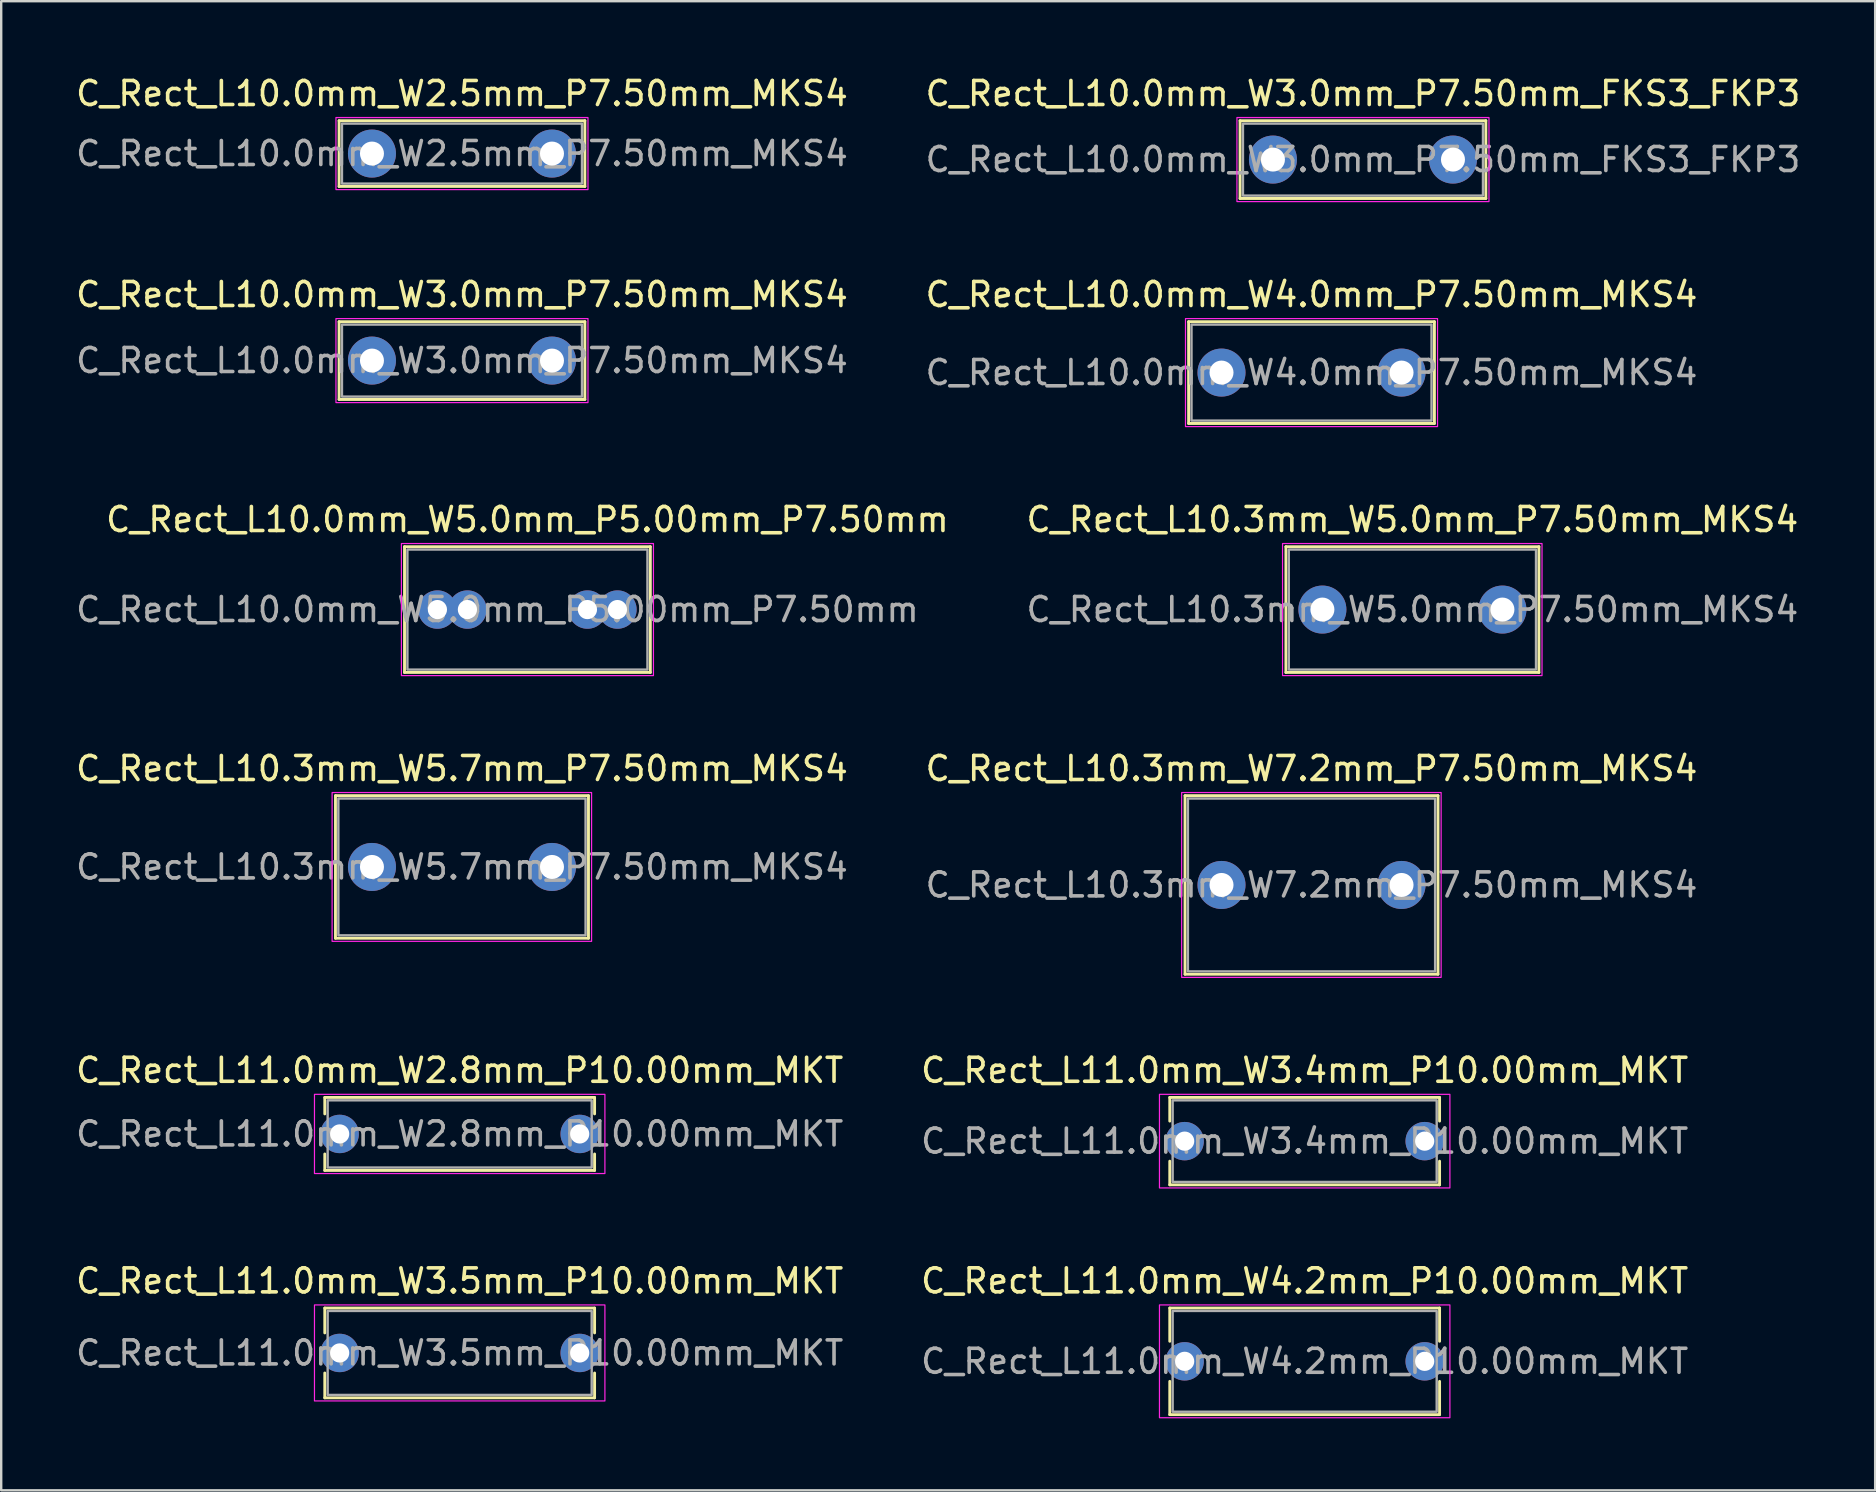
<source format=kicad_pcb>
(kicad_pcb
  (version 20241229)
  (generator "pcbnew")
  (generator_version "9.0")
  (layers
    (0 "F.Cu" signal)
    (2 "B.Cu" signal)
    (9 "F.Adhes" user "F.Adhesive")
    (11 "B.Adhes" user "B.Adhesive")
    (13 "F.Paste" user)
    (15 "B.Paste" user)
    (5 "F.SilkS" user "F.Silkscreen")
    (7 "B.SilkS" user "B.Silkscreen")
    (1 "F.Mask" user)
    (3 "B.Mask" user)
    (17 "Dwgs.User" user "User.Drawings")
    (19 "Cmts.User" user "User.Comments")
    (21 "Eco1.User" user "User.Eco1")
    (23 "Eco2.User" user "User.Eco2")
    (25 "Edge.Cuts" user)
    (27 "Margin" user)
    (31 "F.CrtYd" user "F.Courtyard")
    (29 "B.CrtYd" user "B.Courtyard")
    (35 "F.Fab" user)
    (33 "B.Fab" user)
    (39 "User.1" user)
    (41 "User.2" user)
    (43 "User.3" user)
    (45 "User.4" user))
  (footprint "C_Rect_L11.0mm_W3.4mm_P10.00mm_MKT"
    (layer "F.Cu")
    (at 46.304 44.491)
    (property "Reference" "C_Rect_L11.0mm_W3.4mm_P10.00mm_MKT" (at 5 -2.95 0) (layer "F.SilkS") (effects (font (size 1 1) (thickness 0.15))))
    (attr through_hole)
    (fp_line (start -0.62 -1.82) (end -0.62 -0.835) (stroke (width 0.12) (type solid)) (layer "F.SilkS"))
    (fp_line (start -0.62 -1.82) (end 10.62 -1.82) (stroke (width 0.12) (type solid)) (layer "F.SilkS"))
    (fp_line (start -0.62 0.835) (end -0.62 1.82) (stroke (width 0.12) (type solid)) (layer "F.SilkS"))
    (fp_line (start -0.62 1.82) (end 10.62 1.82) (stroke (width 0.12) (type solid)) (layer "F.SilkS"))
    (fp_line (start 10.62 -1.82) (end 10.62 -0.835) (stroke (width 0.12) (type solid)) (layer "F.SilkS"))
    (fp_line (start 10.62 0.835) (end 10.62 1.82) (stroke (width 0.12) (type solid)) (layer "F.SilkS"))
    (fp_rect (start -1.05 -1.95) (end 11.05 1.95) (stroke (width 0.05) (type solid)) (fill no) (layer "F.CrtYd"))
    (fp_rect (start -0.5 -1.7) (end 10.5 1.7) (stroke (width 0.1) (type solid)) (fill no) (layer "F.Fab"))
    (fp_text user "${REFERENCE}" (at 5 0 0) (layer "F.Fab") (effects (font (size 1 1) (thickness 0.15))))
    (pad "1" thru_hole circle (at 0 0) (size 1.6 1.6) (drill 0.8) (layers "*.Cu" "*.Mask"))
    (pad "2" thru_hole circle (at 10 0) (size 1.6 1.6) (drill 0.8) (layers "*.Cu" "*.Mask")))
  (footprint "C_Rect_L10.3mm_W5.0mm_P7.50mm_MKS4"
    (layer "F.Cu")
    (at 52.042 22.345)
    (property "Reference" "C_Rect_L10.3mm_W5.0mm_P7.50mm_MKS4" (at 3.75 -3.75 0) (layer "F.SilkS") (effects (font (size 1 1) (thickness 0.15))))
    (attr through_hole)
    (fp_line (start -1.52 -2.62) (end -1.52 2.62) (stroke (width 0.12) (type solid)) (layer "F.SilkS"))
    (fp_line (start -1.52 -2.62) (end 9.02 -2.62) (stroke (width 0.12) (type solid)) (layer "F.SilkS"))
    (fp_line (start -1.52 2.62) (end 9.02 2.62) (stroke (width 0.12) (type solid)) (layer "F.SilkS"))
    (fp_line (start 9.02 -2.62) (end 9.02 2.62) (stroke (width 0.12) (type solid)) (layer "F.SilkS"))
    (fp_rect (start -1.66 -2.75) (end 9.15 2.75) (stroke (width 0.05) (type solid)) (fill no) (layer "F.CrtYd"))
    (fp_rect (start -1.4 -2.5) (end 8.9 2.5) (stroke (width 0.1) (type solid)) (fill no) (layer "F.Fab"))
    (fp_text user "${REFERENCE}" (at 3.75 0 0) (layer "F.Fab") (effects (font (size 1 1) (thickness 0.15))))
    (pad "1" thru_hole circle (at 0 0) (size 2 2) (drill 1) (layers "*.Cu" "*.Mask"))
    (pad "2" thru_hole circle (at 7.5 0) (size 2 2) (drill 1) (layers "*.Cu" "*.Mask")))
  (footprint "C_Rect_L10.0mm_W3.0mm_P7.50mm_FKS3_FKP3"
    (layer "F.Cu")
    (at 49.982 3.598)
    (property "Reference" "C_Rect_L10.0mm_W3.0mm_P7.50mm_FKS3_FKP3" (at 3.75 -2.75 0) (layer "F.SilkS") (effects (font (size 1 1) (thickness 0.15))))
    (attr through_hole)
    (fp_line (start -1.37 -1.62) (end -1.37 1.62) (stroke (width 0.12) (type solid)) (layer "F.SilkS"))
    (fp_line (start -1.37 -1.62) (end 8.87 -1.62) (stroke (width 0.12) (type solid)) (layer "F.SilkS"))
    (fp_line (start -1.37 1.62) (end 8.87 1.62) (stroke (width 0.12) (type solid)) (layer "F.SilkS"))
    (fp_line (start 8.87 -1.62) (end 8.87 1.62) (stroke (width 0.12) (type solid)) (layer "F.SilkS"))
    (fp_rect (start -1.5 -1.75) (end 9 1.75) (stroke (width 0.05) (type solid)) (fill no) (layer "F.CrtYd"))
    (fp_rect (start -1.25 -1.5) (end 8.75 1.5) (stroke (width 0.1) (type solid)) (fill no) (layer "F.Fab"))
    (fp_text user "${REFERENCE}" (at 3.75 0 0) (layer "F.Fab") (effects (font (size 1 1) (thickness 0.15))))
    (pad "1" thru_hole circle (at 0 0) (size 2 2) (drill 1) (layers "*.Cu" "*.Mask"))
    (pad "2" thru_hole circle (at 7.5 0) (size 2 2) (drill 1) (layers "*.Cu" "*.Mask")))
  (footprint "C_Rect_L10.0mm_W5.0mm_P5.00mm_P7.50mm"
    (layer "F.Cu")
    (at 15.173 22.345)
    (property "Reference" "C_Rect_L10.0mm_W5.0mm_P5.00mm_P7.50mm" (at 3.75 -3.75 0) (layer "F.SilkS") (effects (font (size 1 1) (thickness 0.15))))
    (attr through_hole)
    (fp_line (start -1.37 -2.62) (end -1.37 2.62) (stroke (width 0.12) (type solid)) (layer "F.SilkS"))
    (fp_line (start -1.37 -2.62) (end 8.87 -2.62) (stroke (width 0.12) (type solid)) (layer "F.SilkS"))
    (fp_line (start -1.37 2.62) (end 8.87 2.62) (stroke (width 0.12) (type solid)) (layer "F.SilkS"))
    (fp_line (start 8.87 -2.62) (end 8.87 2.62) (stroke (width 0.12) (type solid)) (layer "F.SilkS"))
    (fp_rect (start -1.5 -2.75) (end 9 2.75) (stroke (width 0.05) (type solid)) (fill no) (layer "F.CrtYd"))
    (fp_rect (start -1.25 -2.5) (end 8.75 2.5) (stroke (width 0.1) (type solid)) (fill no) (layer "F.Fab"))
    (fp_text user "${REFERENCE}" (at 2.5 0 0) (layer "F.Fab") (effects (font (size 1 1) (thickness 0.15))))
    (pad "1" thru_hole circle (at 0 0) (size 1.6 1.6) (drill 0.8) (layers "*.Cu" "*.Mask"))
    (pad "1" thru_hole circle (at 1.25 0) (size 1.6 1.6) (drill 0.8) (layers "*.Cu" "*.Mask"))
    (pad "2" thru_hole circle (at 6.25 0) (size 1.6 1.6) (drill 0.8) (layers "*.Cu" "*.Mask"))
    (pad "2" thru_hole circle (at 7.5 0) (size 1.6 1.6) (drill 0.8) (layers "*.Cu" "*.Mask")))
  (footprint "C_Rect_L10.0mm_W4.0mm_P7.50mm_MKS4"
    (layer "F.Cu")
    (at 47.839 12.472)
    (property "Reference" "C_Rect_L10.0mm_W4.0mm_P7.50mm_MKS4" (at 3.75 -3.25 0) (layer "F.SilkS") (effects (font (size 1 1) (thickness 0.15))))
    (attr through_hole)
    (fp_line (start -1.37 -2.12) (end -1.37 2.12) (stroke (width 0.12) (type solid)) (layer "F.SilkS"))
    (fp_line (start -1.37 -2.12) (end 8.87 -2.12) (stroke (width 0.12) (type solid)) (layer "F.SilkS"))
    (fp_line (start -1.37 2.12) (end 8.87 2.12) (stroke (width 0.12) (type solid)) (layer "F.SilkS"))
    (fp_line (start 8.87 -2.12) (end 8.87 2.12) (stroke (width 0.12) (type solid)) (layer "F.SilkS"))
    (fp_rect (start -1.5 -2.25) (end 9 2.25) (stroke (width 0.05) (type solid)) (fill no) (layer "F.CrtYd"))
    (fp_rect (start -1.25 -2) (end 8.75 2) (stroke (width 0.1) (type solid)) (fill no) (layer "F.Fab"))
    (fp_text user "${REFERENCE}" (at 3.75 0 0) (layer "F.Fab") (effects (font (size 1 1) (thickness 0.15))))
    (pad "1" thru_hole circle (at 0 0) (size 2 2) (drill 1) (layers "*.Cu" "*.Mask"))
    (pad "2" thru_hole circle (at 7.5 0) (size 2 2) (drill 1) (layers "*.Cu" "*.Mask")))
  (footprint "C_Rect_L11.0mm_W4.2mm_P10.00mm_MKT"
    (layer "F.Cu")
    (at 46.304 53.664)
    (property "Reference" "C_Rect_L11.0mm_W4.2mm_P10.00mm_MKT" (at 5 -3.35 0) (layer "F.SilkS") (effects (font (size 1 1) (thickness 0.15))))
    (attr through_hole)
    (fp_line (start -0.62 -2.22) (end -0.62 -0.835) (stroke (width 0.12) (type solid)) (layer "F.SilkS"))
    (fp_line (start -0.62 -2.22) (end 10.62 -2.22) (stroke (width 0.12) (type solid)) (layer "F.SilkS"))
    (fp_line (start -0.62 0.835) (end -0.62 2.22) (stroke (width 0.12) (type solid)) (layer "F.SilkS"))
    (fp_line (start -0.62 2.22) (end 10.62 2.22) (stroke (width 0.12) (type solid)) (layer "F.SilkS"))
    (fp_line (start 10.62 -2.22) (end 10.62 -0.835) (stroke (width 0.12) (type solid)) (layer "F.SilkS"))
    (fp_line (start 10.62 0.835) (end 10.62 2.22) (stroke (width 0.12) (type solid)) (layer "F.SilkS"))
    (fp_rect (start -1.05 -2.35) (end 11.05 2.35) (stroke (width 0.05) (type solid)) (fill no) (layer "F.CrtYd"))
    (fp_rect (start -0.5 -2.1) (end 10.5 2.1) (stroke (width 0.1) (type solid)) (fill no) (layer "F.Fab"))
    (fp_text user "${REFERENCE}" (at 5 0 0) (layer "F.Fab") (effects (font (size 1 1) (thickness 0.15))))
    (pad "1" thru_hole circle (at 0 0) (size 1.6 1.6) (drill 0.8) (layers "*.Cu" "*.Mask"))
    (pad "2" thru_hole circle (at 10 0) (size 1.6 1.6) (drill 0.8) (layers "*.Cu" "*.Mask")))
  (footprint "C_Rect_L10.3mm_W5.7mm_P7.50mm_MKS4"
    (layer "F.Cu")
    (at 12.446 33.068)
    (property "Reference" "C_Rect_L10.3mm_W5.7mm_P7.50mm_MKS4" (at 3.75 -4.1 0) (layer "F.SilkS") (effects (font (size 1 1) (thickness 0.15))))
    (attr through_hole)
    (fp_line (start -1.52 -2.97) (end -1.52 2.97) (stroke (width 0.12) (type solid)) (layer "F.SilkS"))
    (fp_line (start -1.52 -2.97) (end 9.02 -2.97) (stroke (width 0.12) (type solid)) (layer "F.SilkS"))
    (fp_line (start -1.52 2.97) (end 9.02 2.97) (stroke (width 0.12) (type solid)) (layer "F.SilkS"))
    (fp_line (start 9.02 -2.97) (end 9.02 2.97) (stroke (width 0.12) (type solid)) (layer "F.SilkS"))
    (fp_rect (start -1.66 -3.1) (end 9.15 3.1) (stroke (width 0.05) (type solid)) (fill no) (layer "F.CrtYd"))
    (fp_rect (start -1.4 -2.85) (end 8.9 2.85) (stroke (width 0.1) (type solid)) (fill no) (layer "F.Fab"))
    (fp_text user "${REFERENCE}" (at 3.75 0 0) (layer "F.Fab") (effects (font (size 1 1) (thickness 0.15))))
    (pad "1" thru_hole circle (at 0 0) (size 2 2) (drill 1) (layers "*.Cu" "*.Mask"))
    (pad "2" thru_hole circle (at 7.5 0) (size 2 2) (drill 1) (layers "*.Cu" "*.Mask")))
  (footprint "C_Rect_L10.3mm_W7.2mm_P7.50mm_MKS4"
    (layer "F.Cu")
    (at 47.839 33.818)
    (property "Reference" "C_Rect_L10.3mm_W7.2mm_P7.50mm_MKS4" (at 3.75 -4.85 0) (layer "F.SilkS") (effects (font (size 1 1) (thickness 0.15))))
    (attr through_hole)
    (fp_line (start -1.52 -3.72) (end -1.52 3.72) (stroke (width 0.12) (type solid)) (layer "F.SilkS"))
    (fp_line (start -1.52 -3.72) (end 9.02 -3.72) (stroke (width 0.12) (type solid)) (layer "F.SilkS"))
    (fp_line (start -1.52 3.72) (end 9.02 3.72) (stroke (width 0.12) (type solid)) (layer "F.SilkS"))
    (fp_line (start 9.02 -3.72) (end 9.02 3.72) (stroke (width 0.12) (type solid)) (layer "F.SilkS"))
    (fp_rect (start -1.66 -3.85) (end 9.15 3.85) (stroke (width 0.05) (type solid)) (fill no) (layer "F.CrtYd"))
    (fp_rect (start -1.4 -3.6) (end 8.9 3.6) (stroke (width 0.1) (type solid)) (fill no) (layer "F.Fab"))
    (fp_text user "${REFERENCE}" (at 3.75 0 0) (layer "F.Fab") (effects (font (size 1 1) (thickness 0.15))))
    (pad "1" thru_hole circle (at 0 0) (size 2 2) (drill 1) (layers "*.Cu" "*.Mask"))
    (pad "2" thru_hole circle (at 7.5 0) (size 2 2) (drill 1) (layers "*.Cu" "*.Mask")))
  (footprint "C_Rect_L11.0mm_W3.5mm_P10.00mm_MKT"
    (layer "F.Cu")
    (at 11.101 53.315)
    (property "Reference" "C_Rect_L11.0mm_W3.5mm_P10.00mm_MKT" (at 5 -3 0) (layer "F.SilkS") (effects (font (size 1 1) (thickness 0.15))))
    (attr through_hole)
    (fp_line (start -0.62 -1.87) (end -0.62 -0.835) (stroke (width 0.12) (type solid)) (layer "F.SilkS"))
    (fp_line (start -0.62 -1.87) (end 10.62 -1.87) (stroke (width 0.12) (type solid)) (layer "F.SilkS"))
    (fp_line (start -0.62 0.835) (end -0.62 1.87) (stroke (width 0.12) (type solid)) (layer "F.SilkS"))
    (fp_line (start -0.62 1.87) (end 10.62 1.87) (stroke (width 0.12) (type solid)) (layer "F.SilkS"))
    (fp_line (start 10.62 -1.87) (end 10.62 -0.835) (stroke (width 0.12) (type solid)) (layer "F.SilkS"))
    (fp_line (start 10.62 0.835) (end 10.62 1.87) (stroke (width 0.12) (type solid)) (layer "F.SilkS"))
    (fp_rect (start -1.05 -2) (end 11.05 2) (stroke (width 0.05) (type solid)) (fill no) (layer "F.CrtYd"))
    (fp_rect (start -0.5 -1.75) (end 10.5 1.75) (stroke (width 0.1) (type solid)) (fill no) (layer "F.Fab"))
    (fp_text user "${REFERENCE}" (at 5 0 0) (layer "F.Fab") (effects (font (size 1 1) (thickness 0.15))))
    (pad "1" thru_hole circle (at 0 0) (size 1.6 1.6) (drill 0.8) (layers "*.Cu" "*.Mask"))
    (pad "2" thru_hole circle (at 10 0) (size 1.6 1.6) (drill 0.8) (layers "*.Cu" "*.Mask")))
  (footprint "C_Rect_L10.0mm_W3.0mm_P7.50mm_MKS4"
    (layer "F.Cu")
    (at 12.446 11.972)
    (property "Reference" "C_Rect_L10.0mm_W3.0mm_P7.50mm_MKS4" (at 3.75 -2.75 0) (layer "F.SilkS") (effects (font (size 1 1) (thickness 0.15))))
    (attr through_hole)
    (fp_line (start -1.37 -1.62) (end -1.37 1.62) (stroke (width 0.12) (type solid)) (layer "F.SilkS"))
    (fp_line (start -1.37 -1.62) (end 8.87 -1.62) (stroke (width 0.12) (type solid)) (layer "F.SilkS"))
    (fp_line (start -1.37 1.62) (end 8.87 1.62) (stroke (width 0.12) (type solid)) (layer "F.SilkS"))
    (fp_line (start 8.87 -1.62) (end 8.87 1.62) (stroke (width 0.12) (type solid)) (layer "F.SilkS"))
    (fp_rect (start -1.5 -1.75) (end 9 1.75) (stroke (width 0.05) (type solid)) (fill no) (layer "F.CrtYd"))
    (fp_rect (start -1.25 -1.5) (end 8.75 1.5) (stroke (width 0.1) (type solid)) (fill no) (layer "F.Fab"))
    (fp_text user "${REFERENCE}" (at 3.75 0 0) (layer "F.Fab") (effects (font (size 1 1) (thickness 0.15))))
    (pad "1" thru_hole circle (at 0 0) (size 2 2) (drill 1) (layers "*.Cu" "*.Mask"))
    (pad "2" thru_hole circle (at 7.5 0) (size 2 2) (drill 1) (layers "*.Cu" "*.Mask")))
  (footprint "C_Rect_L11.0mm_W2.8mm_P10.00mm_MKT"
    (layer "F.Cu")
    (at 11.101 44.191)
    (property "Reference" "C_Rect_L11.0mm_W2.8mm_P10.00mm_MKT" (at 5 -2.65 0) (layer "F.SilkS") (effects (font (size 1 1) (thickness 0.15))))
    (attr through_hole)
    (fp_line (start -0.62 -1.52) (end -0.62 -0.835) (stroke (width 0.12) (type solid)) (layer "F.SilkS"))
    (fp_line (start -0.62 -1.52) (end 10.62 -1.52) (stroke (width 0.12) (type solid)) (layer "F.SilkS"))
    (fp_line (start -0.62 0.835) (end -0.62 1.52) (stroke (width 0.12) (type solid)) (layer "F.SilkS"))
    (fp_line (start -0.62 1.52) (end 10.62 1.52) (stroke (width 0.12) (type solid)) (layer "F.SilkS"))
    (fp_line (start 10.62 -1.52) (end 10.62 -0.835) (stroke (width 0.12) (type solid)) (layer "F.SilkS"))
    (fp_line (start 10.62 0.835) (end 10.62 1.52) (stroke (width 0.12) (type solid)) (layer "F.SilkS"))
    (fp_rect (start -1.05 -1.65) (end 11.05 1.65) (stroke (width 0.05) (type solid)) (fill no) (layer "F.CrtYd"))
    (fp_rect (start -0.5 -1.4) (end 10.5 1.4) (stroke (width 0.1) (type solid)) (fill no) (layer "F.Fab"))
    (fp_text user "${REFERENCE}" (at 5 0 0) (layer "F.Fab") (effects (font (size 1 1) (thickness 0.15))))
    (pad "1" thru_hole circle (at 0 0) (size 1.6 1.6) (drill 0.8) (layers "*.Cu" "*.Mask"))
    (pad "2" thru_hole circle (at 10 0) (size 1.6 1.6) (drill 0.8) (layers "*.Cu" "*.Mask")))
  (footprint "C_Rect_L10.0mm_W2.5mm_P7.50mm_MKS4"
    (layer "F.Cu")
    (at 12.446 3.348)
    (property "Reference" "C_Rect_L10.0mm_W2.5mm_P7.50mm_MKS4" (at 3.75 -2.5 0) (layer "F.SilkS") (effects (font (size 1 1) (thickness 0.15))))
    (attr through_hole)
    (fp_line (start -1.37 -1.37) (end -1.37 1.37) (stroke (width 0.12) (type solid)) (layer "F.SilkS"))
    (fp_line (start -1.37 -1.37) (end 8.87 -1.37) (stroke (width 0.12) (type solid)) (layer "F.SilkS"))
    (fp_line (start -1.37 1.37) (end 8.87 1.37) (stroke (width 0.12) (type solid)) (layer "F.SilkS"))
    (fp_line (start 8.87 -1.37) (end 8.87 1.37) (stroke (width 0.12) (type solid)) (layer "F.SilkS"))
    (fp_rect (start -1.5 -1.5) (end 9 1.5) (stroke (width 0.05) (type solid)) (fill no) (layer "F.CrtYd"))
    (fp_rect (start -1.25 -1.25) (end 8.75 1.25) (stroke (width 0.1) (type solid)) (fill no) (layer "F.Fab"))
    (fp_text user "${REFERENCE}" (at 3.75 0 0) (layer "F.Fab") (effects (font (size 1 1) (thickness 0.15))))
    (pad "1" thru_hole circle (at 0 0) (size 2 2) (drill 1) (layers "*.Cu" "*.Mask"))
    (pad "2" thru_hole circle (at 7.5 0) (size 2 2) (drill 1) (layers "*.Cu" "*.Mask")))
  (gr_rect
    (start -3 -3)
    (end 75.071 59.039)
    (stroke (width 0.1) (type default))
    (fill no)
    (layer "Edge.Cuts")))
</source>
